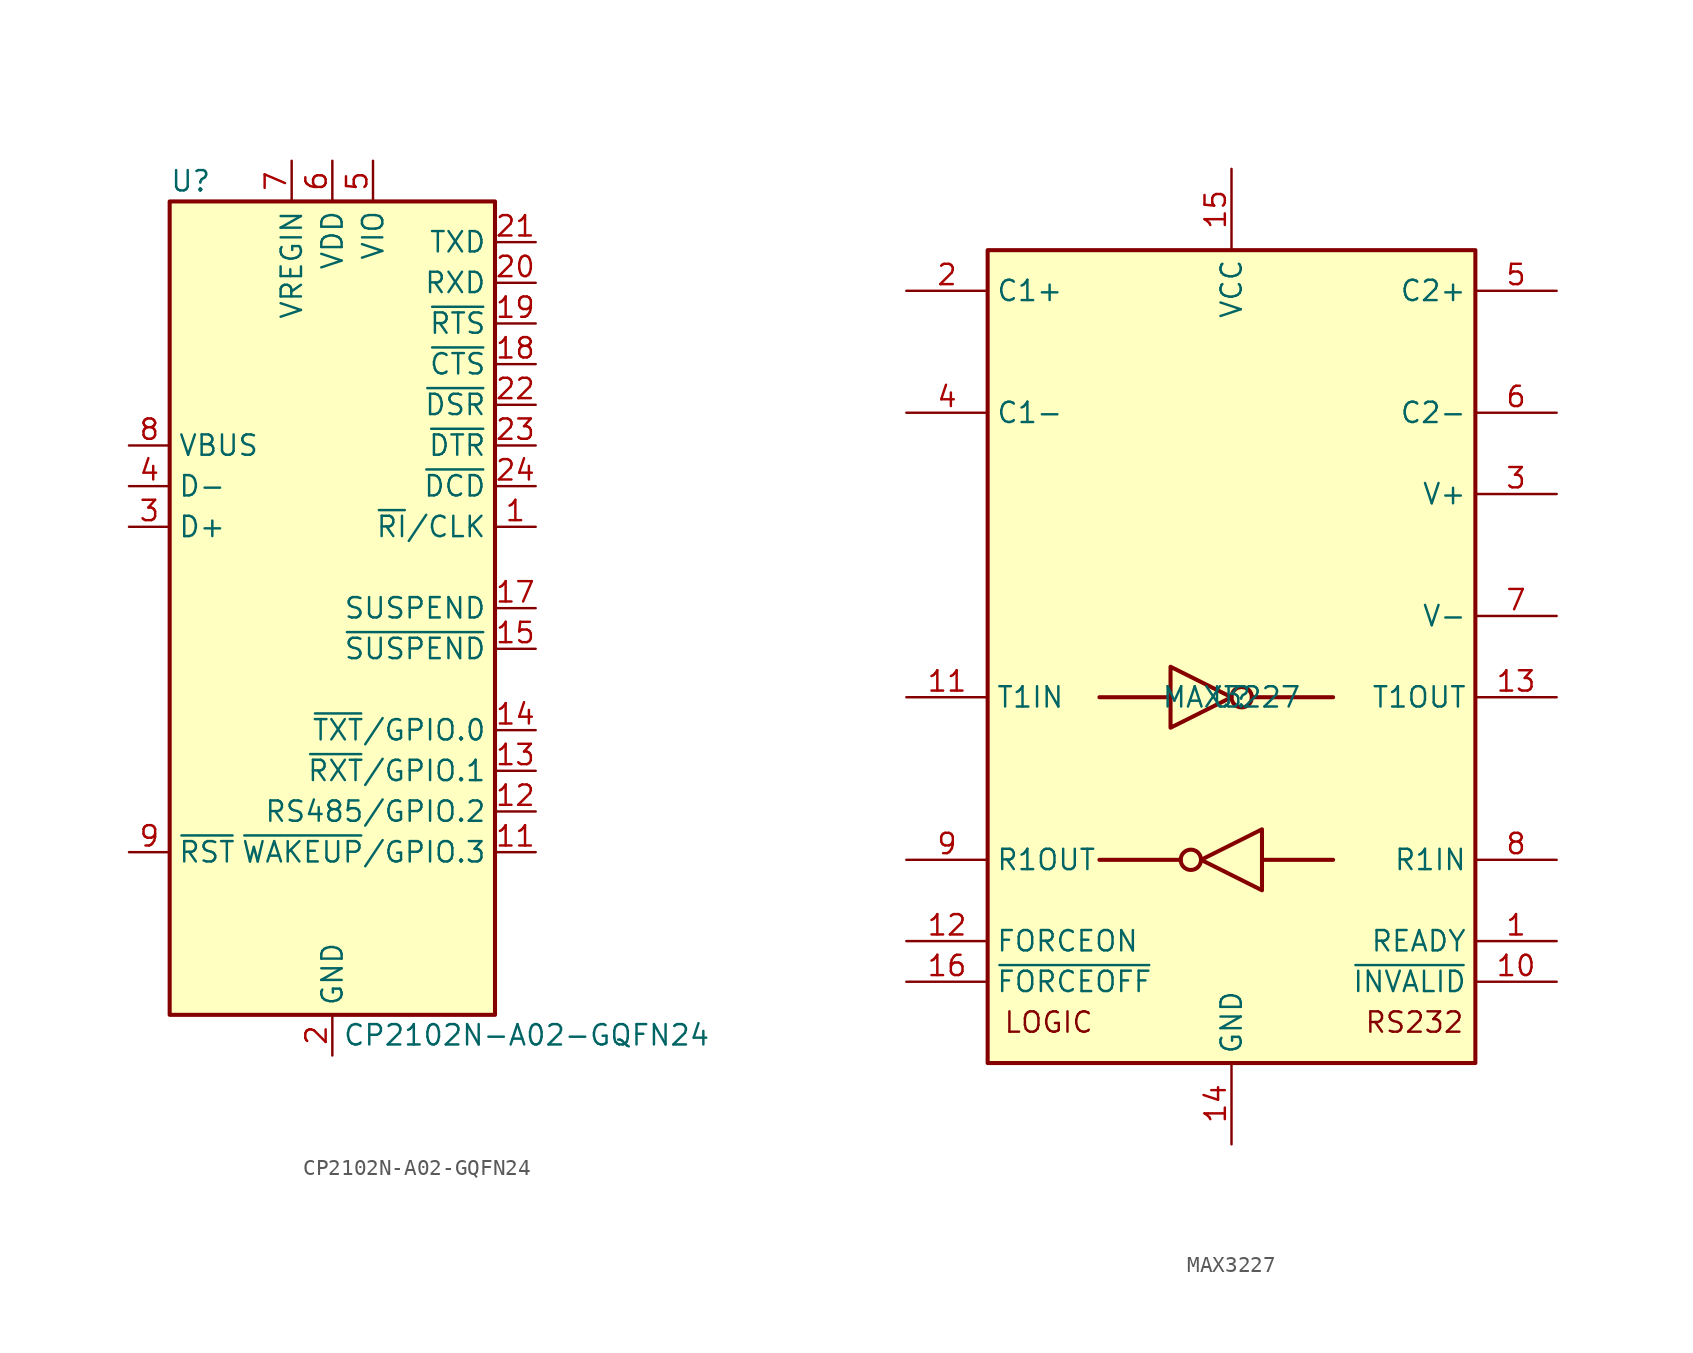
<source format=kicad_sym>
(kicad_symbol_lib
  (version 20211014)
  (generator kicad_symbol_editor)
  (symbol "CP2102N-A02-GQFN24"
    (property "Reference" "U"
      (at -10.16 26.67 0)
      (effects (font (size 1.27 1.27)) (justify left)))
    (property "Value" "CP2102N-A02-GQFN24"
      (at 0.635 -26.67 0)
      (effects (font (size 1.27 1.27)) (justify left)))
    (symbol "CP2102N-A02-GQFN24_0_1"
      (rectangle (start -10.16 25.4) (end 10.16 -25.4) (stroke (width 0.254) (type default) (color 0 0 0 0)) (fill (type background))))
    (symbol "CP2102N-A02-GQFN24_1_1"
      (pin bidirectional line (at 12.7 5.08 180) (length 2.54) (name "~{RI}/CLK" (effects (font (size 1.27 1.27)))) (number "1" (effects (font (size 1.27 1.27)))))
      (pin no_connect line (at -10.16 -22.86 0) (length 2.54) hide (name "NC" (effects (font (size 1.27 1.27)))) (number "10" (effects (font (size 1.27 1.27)))))
      (pin bidirectional line (at 12.7 -15.24 180) (length 2.54) (name "~{WAKEUP}/GPIO.3" (effects (font (size 1.27 1.27)))) (number "11" (effects (font (size 1.27 1.27)))))
      (pin bidirectional line (at 12.7 -12.7 180) (length 2.54) (name "RS485/GPIO.2" (effects (font (size 1.27 1.27)))) (number "12" (effects (font (size 1.27 1.27)))))
      (pin bidirectional line (at 12.7 -10.16 180) (length 2.54) (name "~{RXT}/GPIO.1" (effects (font (size 1.27 1.27)))) (number "13" (effects (font (size 1.27 1.27)))))
      (pin bidirectional line (at 12.7 -7.62 180) (length 2.54) (name "~{TXT}/GPIO.0" (effects (font (size 1.27 1.27)))) (number "14" (effects (font (size 1.27 1.27)))))
      (pin output line (at 12.7 -2.54 180) (length 2.54) (name "~{SUSPEND}" (effects (font (size 1.27 1.27)))) (number "15" (effects (font (size 1.27 1.27)))))
      (pin no_connect line (at 10.16 -22.86 180) (length 2.54) hide (name "NC" (effects (font (size 1.27 1.27)))) (number "16" (effects (font (size 1.27 1.27)))))
      (pin output line (at 12.7 0 180) (length 2.54) (name "SUSPEND" (effects (font (size 1.27 1.27)))) (number "17" (effects (font (size 1.27 1.27)))))
      (pin input line (at 12.7 15.24 180) (length 2.54) (name "~{CTS}" (effects (font (size 1.27 1.27)))) (number "18" (effects (font (size 1.27 1.27)))))
      (pin output line (at 12.7 17.78 180) (length 2.54) (name "~{RTS}" (effects (font (size 1.27 1.27)))) (number "19" (effects (font (size 1.27 1.27)))))
      (pin power_in line (at 0 -27.94 90) (length 2.54) (name "GND" (effects (font (size 1.27 1.27)))) (number "2" (effects (font (size 1.27 1.27)))))
      (pin input line (at 12.7 20.32 180) (length 2.54) (name "RXD" (effects (font (size 1.27 1.27)))) (number "20" (effects (font (size 1.27 1.27)))))
      (pin output line (at 12.7 22.86 180) (length 2.54) (name "TXD" (effects (font (size 1.27 1.27)))) (number "21" (effects (font (size 1.27 1.27)))))
      (pin input line (at 12.7 12.7 180) (length 2.54) (name "~{DSR}" (effects (font (size 1.27 1.27)))) (number "22" (effects (font (size 1.27 1.27)))))
      (pin output line (at 12.7 10.16 180) (length 2.54) (name "~{DTR}" (effects (font (size 1.27 1.27)))) (number "23" (effects (font (size 1.27 1.27)))))
      (pin input line (at 12.7 7.62 180) (length 2.54) (name "~{DCD}" (effects (font (size 1.27 1.27)))) (number "24" (effects (font (size 1.27 1.27)))))
      (pin passive line (at 0 -27.94 90) (length 2.54) hide (name "GND" (effects (font (size 1.27 1.27)))) (number "25" (effects (font (size 1.27 1.27)))))
      (pin bidirectional line (at -12.7 5.08 0) (length 2.54) (name "D+" (effects (font (size 1.27 1.27)))) (number "3" (effects (font (size 1.27 1.27)))))
      (pin bidirectional line (at -12.7 7.62 0) (length 2.54) (name "D-" (effects (font (size 1.27 1.27)))) (number "4" (effects (font (size 1.27 1.27)))))
      (pin power_in line (at 2.54 27.94 270) (length 2.54) (name "VIO" (effects (font (size 1.27 1.27)))) (number "5" (effects (font (size 1.27 1.27)))))
      (pin power_in line (at 0 27.94 270) (length 2.54) (name "VDD" (effects (font (size 1.27 1.27)))) (number "6" (effects (font (size 1.27 1.27)))))
      (pin power_in line (at -2.54 27.94 270) (length 2.54) (name "VREGIN" (effects (font (size 1.27 1.27)))) (number "7" (effects (font (size 1.27 1.27)))))
      (pin input line (at -12.7 10.16 0) (length 2.54) (name "VBUS" (effects (font (size 1.27 1.27)))) (number "8" (effects (font (size 1.27 1.27)))))
      (pin input line (at -12.7 -15.24 0) (length 2.54) (name "~{RST}" (effects (font (size 1.27 1.27)))) (number "9" (effects (font (size 1.27 1.27)))))))
  (symbol "MAX3227"
    (property "Reference" "U"
      (at 0 0 0)
      (effects (font (size 1.27 1.27))))
    (property "Value" "MAX3227"
      (at 0 0 0)
      (effects (font (size 1.27 1.27))))
    (symbol "MAX3227_0_0"
      (text "LOGIC" (at -11.43 -20.32 0) (effects (font (size 1.27 1.27))))
      (text "RS232" (at 11.43 -20.32 0) (effects (font (size 1.27 1.27)))))
    (symbol "MAX3227_0_1"
      (rectangle (start -15.24 -22.86) (end 15.24 27.94) (stroke (width 0.254) (type default) (color 0 0 0 0)) (fill (type background)))
      (circle (center -2.54 -10.16) (radius 0.635) (stroke (width 0.254) (type default) (color 0 0 0 0)) (fill (type none)))
      (polyline (pts (xy -3.81 0) (xy -8.255 0)) (stroke (width 0.254) (type default) (color 0 0 0 0)) (fill (type none)))
      (polyline (pts (xy -3.175 -10.16) (xy -8.255 -10.16)) (stroke (width 0.254) (type default) (color 0 0 0 0)) (fill (type none)))
      (polyline (pts (xy 1.27 0) (xy 6.35 0)) (stroke (width 0.254) (type default) (color 0 0 0 0)) (fill (type none)))
      (polyline (pts (xy 1.905 -10.16) (xy 6.35 -10.16)) (stroke (width 0.254) (type default) (color 0 0 0 0)) (fill (type none)))
      (polyline (pts (xy -3.81 1.905) (xy -3.81 -1.905) (xy 0 0) (xy -3.81 1.905)) (stroke (width 0.254) (type default) (color 0 0 0 0)) (fill (type none)))
      (polyline (pts (xy 1.905 -8.255) (xy 1.905 -12.065) (xy -1.905 -10.16) (xy 1.905 -8.255)) (stroke (width 0.254) (type default) (color 0 0 0 0)) (fill (type none)))
      (circle (center 0.635 0) (radius 0.635) (stroke (width 0.254) (type default) (color 0 0 0 0)) (fill (type none))))
    (symbol "MAX3227_1_1"
      (pin output line (at 20.32 -15.24 180) (length 5.08) (name "READY" (effects (font (size 1.27 1.27)))) (number "1" (effects (font (size 1.27 1.27)))))
      (pin output line (at 20.32 -17.78 180) (length 5.08) (name "~{INVALID}" (effects (font (size 1.27 1.27)))) (number "10" (effects (font (size 1.27 1.27)))))
      (pin input line (at -20.32 0 0) (length 5.08) (name "T1IN" (effects (font (size 1.27 1.27)))) (number "11" (effects (font (size 1.27 1.27)))))
      (pin input line (at -20.32 -15.24 0) (length 5.08) (name "FORCEON" (effects (font (size 1.27 1.27)))) (number "12" (effects (font (size 1.27 1.27)))))
      (pin output line (at 20.32 0 180) (length 5.08) (name "T1OUT" (effects (font (size 1.27 1.27)))) (number "13" (effects (font (size 1.27 1.27)))))
      (pin power_in line (at 0 -27.94 90) (length 5.08) (name "GND" (effects (font (size 1.27 1.27)))) (number "14" (effects (font (size 1.27 1.27)))))
      (pin power_in line (at 0 33.02 270) (length 5.08) (name "VCC" (effects (font (size 1.27 1.27)))) (number "15" (effects (font (size 1.27 1.27)))))
      (pin input line (at -20.32 -17.78 0) (length 5.08) (name "~{FORCEOFF}" (effects (font (size 1.27 1.27)))) (number "16" (effects (font (size 1.27 1.27)))))
      (pin passive line (at -20.32 25.4 0) (length 5.08) (name "C1+" (effects (font (size 1.27 1.27)))) (number "2" (effects (font (size 1.27 1.27)))))
      (pin power_out line (at 20.32 12.7 180) (length 5.08) (name "V+" (effects (font (size 1.27 1.27)))) (number "3" (effects (font (size 1.27 1.27)))))
      (pin passive line (at -20.32 17.78 0) (length 5.08) (name "C1-" (effects (font (size 1.27 1.27)))) (number "4" (effects (font (size 1.27 1.27)))))
      (pin passive line (at 20.32 25.4 180) (length 5.08) (name "C2+" (effects (font (size 1.27 1.27)))) (number "5" (effects (font (size 1.27 1.27)))))
      (pin passive line (at 20.32 17.78 180) (length 5.08) (name "C2-" (effects (font (size 1.27 1.27)))) (number "6" (effects (font (size 1.27 1.27)))))
      (pin power_out line (at 20.32 5.08 180) (length 5.08) (name "V-" (effects (font (size 1.27 1.27)))) (number "7" (effects (font (size 1.27 1.27)))))
      (pin input line (at 20.32 -10.16 180) (length 5.08) (name "R1IN" (effects (font (size 1.27 1.27)))) (number "8" (effects (font (size 1.27 1.27)))))
      (pin output line (at -20.32 -10.16 0) (length 5.08) (name "R1OUT" (effects (font (size 1.27 1.27)))) (number "9" (effects (font (size 1.27 1.27))))))))
</source>
